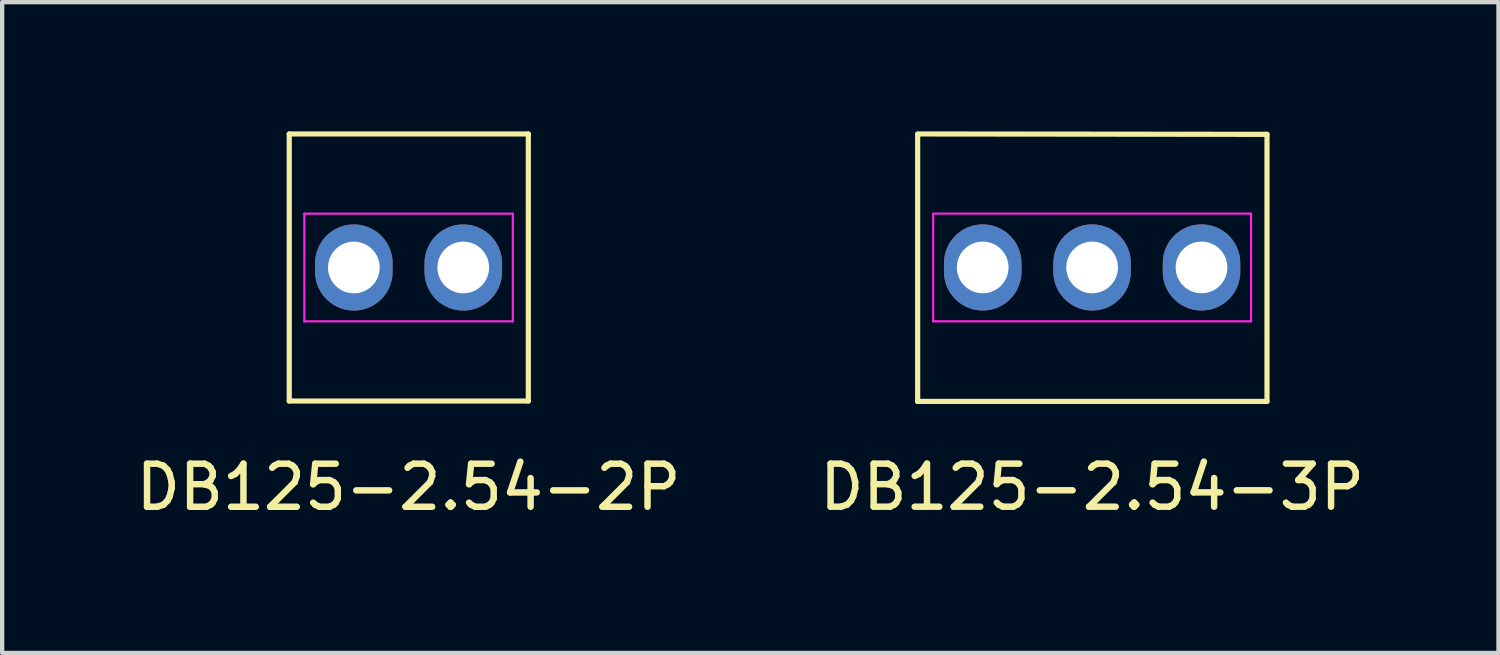
<source format=kicad_pcb>
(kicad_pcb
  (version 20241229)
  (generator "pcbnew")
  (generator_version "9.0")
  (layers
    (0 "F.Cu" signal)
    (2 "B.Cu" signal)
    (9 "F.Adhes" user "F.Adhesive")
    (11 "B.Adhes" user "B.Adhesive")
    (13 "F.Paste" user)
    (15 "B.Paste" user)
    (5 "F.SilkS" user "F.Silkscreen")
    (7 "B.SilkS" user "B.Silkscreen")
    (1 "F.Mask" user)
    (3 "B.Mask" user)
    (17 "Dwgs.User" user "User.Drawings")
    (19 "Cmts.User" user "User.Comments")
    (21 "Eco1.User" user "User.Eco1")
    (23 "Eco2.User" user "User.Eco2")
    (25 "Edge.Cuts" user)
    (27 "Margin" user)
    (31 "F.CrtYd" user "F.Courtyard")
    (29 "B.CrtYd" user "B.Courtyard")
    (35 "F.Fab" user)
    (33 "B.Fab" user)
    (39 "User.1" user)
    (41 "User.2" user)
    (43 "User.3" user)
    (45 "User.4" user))
  (footprint "DB125-2.54-2P"
    (layer "F.Cu")
    (at 6.435 3.16)
    (property "Reference" "DB125-2.54-2P" (at 0 5.1 0) (layer "F.SilkS") (effects (font (size 1 1) (thickness 0.15))))
    (attr through_hole)
    (fp_line (start -2.77 -3.1) (end 2.78 -3.1) (stroke (width 0.12) (type default)) (layer "F.SilkS"))
    (fp_line (start -2.77 3.1) (end -2.77 -3.1) (stroke (width 0.12) (type default)) (layer "F.SilkS"))
    (fp_line (start 2.78 -3.1) (end 2.78 3.1) (stroke (width 0.12) (type default)) (layer "F.SilkS"))
    (fp_line (start 2.78 3.1) (end -2.77 3.1) (stroke (width 0.12) (type default)) (layer "F.SilkS"))
    (fp_line (start -2.42 -1.25) (end 2.42 -1.25) (stroke (width 0.05) (type default)) (layer "F.CrtYd"))
    (fp_line (start -2.42 1.25) (end -2.42 -1.25) (stroke (width 0.05) (type default)) (layer "F.CrtYd"))
    (fp_line (start 2.42 -1.25) (end 2.42 1.25) (stroke (width 0.05) (type default)) (layer "F.CrtYd"))
    (fp_line (start 2.42 1.25) (end -2.42 1.25) (stroke (width 0.05) (type default)) (layer "F.CrtYd"))
    (pad "1" thru_hole oval (at -1.27 0) (size 1.8 2) (drill 1.2) (layers "*.Cu" "*.Mask"))
    (pad "2" thru_hole oval (at 1.27 0) (size 1.8 2) (drill 1.2) (layers "*.Cu" "*.Mask")))
  (footprint "DB125-2.54-3P"
    (layer "F.Cu")
    (at 22.304 3.159)
    (property "Reference" "DB125-2.54-3P" (at 0 5.1 0) (layer "F.SilkS") (effects (font (size 1 1) (thickness 0.15))))
    (attr through_hole)
    (fp_line (start -4.05 -3.099) (end 4.06 -3.09) (stroke (width 0.12) (type default)) (layer "F.SilkS"))
    (fp_line (start -4.05 3.11) (end -4.05 -3.09) (stroke (width 0.12) (type default)) (layer "F.SilkS"))
    (fp_line (start 4.06 -3.09) (end 4.06 3.11) (stroke (width 0.12) (type default)) (layer "F.SilkS"))
    (fp_line (start 4.06 3.11) (end -4.05 3.11) (stroke (width 0.12) (type default)) (layer "F.SilkS"))
    (fp_line (start -3.69 -1.25) (end 3.69 -1.25) (stroke (width 0.05) (type default)) (layer "F.CrtYd"))
    (fp_line (start -3.69 1.25) (end -3.69 -1.25) (stroke (width 0.05) (type default)) (layer "F.CrtYd"))
    (fp_line (start 3.69 -1.25) (end 3.69 1.25) (stroke (width 0.05) (type default)) (layer "F.CrtYd"))
    (fp_line (start 3.69 1.25) (end -3.69 1.25) (stroke (width 0.05) (type default)) (layer "F.CrtYd"))
    (pad "1" thru_hole oval (at -2.54 0) (size 1.8 2) (drill 1.2) (layers "*.Cu" "*.Mask"))
    (pad "2" thru_hole oval (at 0 0) (size 1.8 2) (drill 1.2) (layers "*.Cu" "*.Mask"))
    (pad "3" thru_hole oval (at 2.54 0) (size 1.8 2) (drill 1.2) (layers "*.Cu" "*.Mask")))
  (gr_rect
    (start -3 -3)
    (end 31.738 12.108)
    (stroke (width 0.1) (type default))
    (fill no)
    (layer "Edge.Cuts")))
</source>
